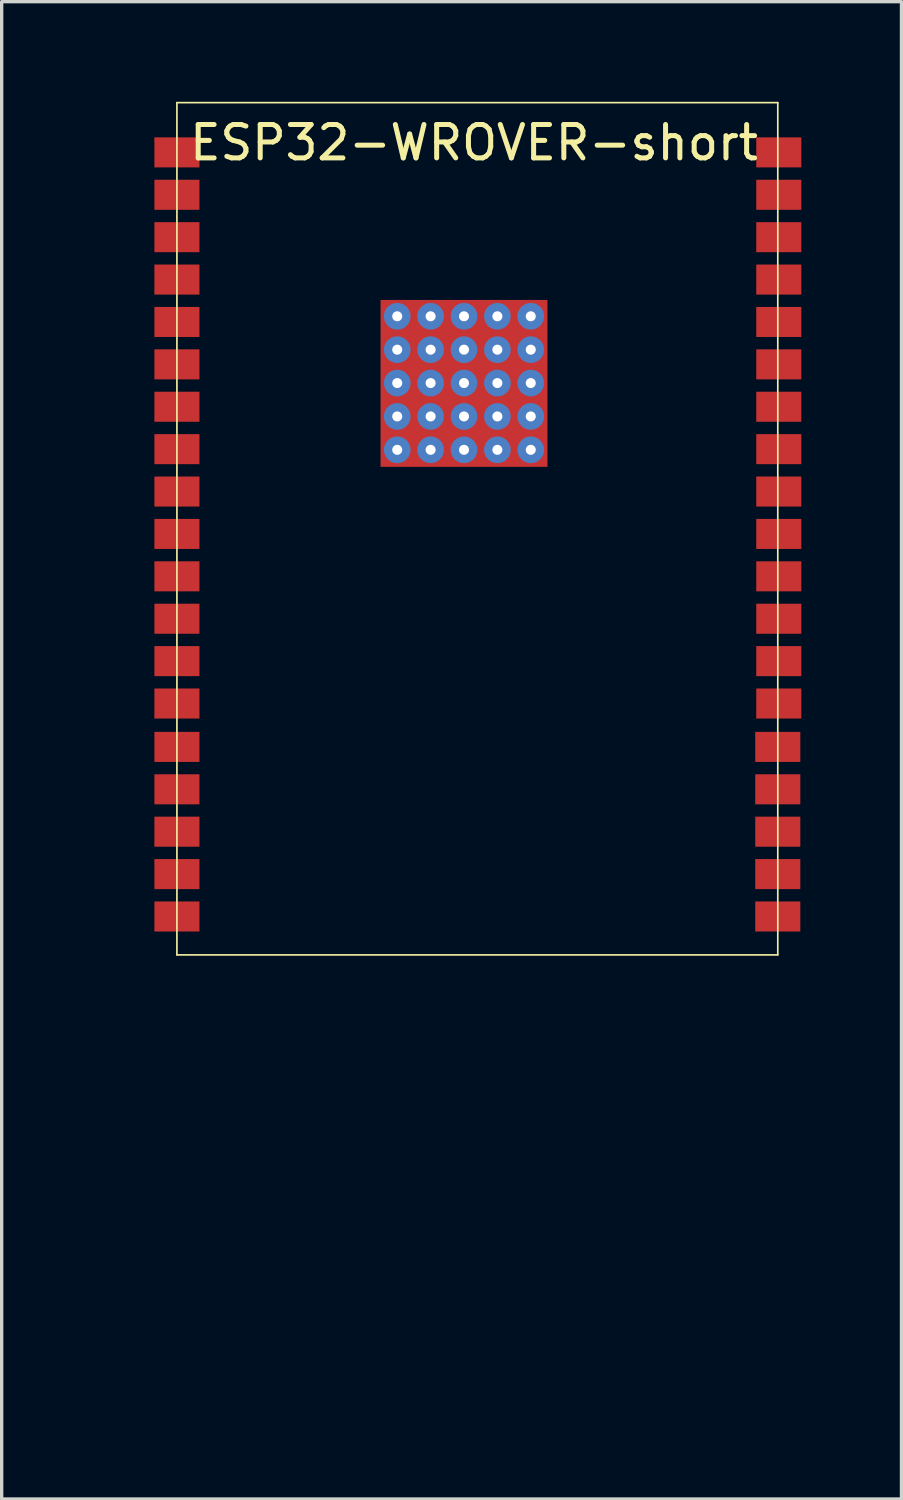
<source format=kicad_pcb>
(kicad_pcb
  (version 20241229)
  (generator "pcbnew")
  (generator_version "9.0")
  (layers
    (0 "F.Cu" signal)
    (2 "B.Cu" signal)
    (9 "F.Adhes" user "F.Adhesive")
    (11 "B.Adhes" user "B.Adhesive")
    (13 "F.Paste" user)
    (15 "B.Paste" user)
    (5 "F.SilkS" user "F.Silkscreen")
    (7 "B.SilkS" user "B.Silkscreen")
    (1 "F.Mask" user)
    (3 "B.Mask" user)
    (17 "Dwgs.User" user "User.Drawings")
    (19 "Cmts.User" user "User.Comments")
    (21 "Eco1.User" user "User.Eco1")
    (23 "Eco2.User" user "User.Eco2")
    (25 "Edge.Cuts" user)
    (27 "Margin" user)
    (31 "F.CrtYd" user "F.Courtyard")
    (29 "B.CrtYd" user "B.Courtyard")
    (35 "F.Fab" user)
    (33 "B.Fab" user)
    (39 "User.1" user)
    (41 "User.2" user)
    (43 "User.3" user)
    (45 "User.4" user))
  (footprint "ESP32-WROVER-short"
    (layer "F.Cu")
    (at 0.25 38.605)
    (property "Reference" "ESP32-WROVER-short" (at 10.9 -37.38 0) (layer "F.SilkS") (effects (font (size 1 1) (thickness 0.15))))
    (attr smd)
    (fp_line (start 2 -38.58) (end 20 -38.58) (stroke (width 0.05) (type solid)) (layer "F.SilkS"))
    (fp_line (start 2 -13.05) (end 2 -38.58) (stroke (width 0.05) (type solid)) (layer "F.SilkS"))
    (fp_line (start 20 -38.58) (end 20 -13.05) (stroke (width 0.05) (type solid)) (layer "F.SilkS"))
    (fp_line (start 20 -13.05) (end 2 -13.05) (stroke (width 0.05) (type solid)) (layer "F.SilkS"))
    (pad "1" smd rect (at 2 -37.09) (size 1.35 0.9) (layers "F.Cu" "F.Mask" "F.Paste"))
    (pad "2" smd rect (at 2 -35.82) (size 1.35 0.9) (layers "F.Cu" "F.Mask" "F.Paste"))
    (pad "3" smd rect (at 2 -34.55) (size 1.35 0.9) (layers "F.Cu" "F.Mask" "F.Paste"))
    (pad "4" smd rect (at 2 -33.28) (size 1.35 0.9) (layers "F.Cu" "F.Mask" "F.Paste"))
    (pad "5" smd rect (at 2 -32.01) (size 1.35 0.9) (layers "F.Cu" "F.Mask" "F.Paste"))
    (pad "6" smd rect (at 2 -30.74) (size 1.35 0.9) (layers "F.Cu" "F.Mask" "F.Paste"))
    (pad "7" smd rect (at 2 -29.47) (size 1.35 0.9) (layers "F.Cu" "F.Mask" "F.Paste"))
    (pad "8" smd rect (at 2 -28.2) (size 1.35 0.9) (layers "F.Cu" "F.Mask" "F.Paste"))
    (pad "9" smd rect (at 2 -26.93) (size 1.35 0.9) (layers "F.Cu" "F.Mask" "F.Paste"))
    (pad "10" smd rect (at 2 -25.66) (size 1.35 0.9) (layers "F.Cu" "F.Mask" "F.Paste"))
    (pad "11" smd rect (at 2 -24.39) (size 1.35 0.9) (layers "F.Cu" "F.Mask" "F.Paste"))
    (pad "12" smd rect (at 2 -23.12) (size 1.35 0.9) (layers "F.Cu" "F.Mask" "F.Paste"))
    (pad "13" smd rect (at 2 -21.85) (size 1.35 0.9) (layers "F.Cu" "F.Mask" "F.Paste"))
    (pad "14" smd rect (at 2 -20.58) (size 1.35 0.9) (layers "F.Cu" "F.Mask" "F.Paste"))
    (pad "15" smd rect (at 2 -19.28 90) (size 0.9 1.35) (layers "F.Cu" "F.Mask" "F.Paste"))
    (pad "16" smd rect (at 2 -18.01 90) (size 0.9 1.35) (layers "F.Cu" "F.Mask" "F.Paste"))
    (pad "17" smd rect (at 2 -16.74 90) (size 0.9 1.35) (layers "F.Cu" "F.Mask" "F.Paste"))
    (pad "18" smd rect (at 2 -15.47 90) (size 0.9 1.35) (layers "F.Cu" "F.Mask" "F.Paste"))
    (pad "19" smd rect (at 2 -14.2 90) (size 0.9 1.35) (layers "F.Cu" "F.Mask" "F.Paste"))
    (pad "20" smd rect (at 20 -14.2 90) (size 0.9 1.35) (layers "F.Cu" "F.Mask" "F.Paste"))
    (pad "21" smd rect (at 20 -15.47 90) (size 0.9 1.35) (layers "F.Cu" "F.Mask" "F.Paste"))
    (pad "22" smd rect (at 20 -16.74 90) (size 0.9 1.35) (layers "F.Cu" "F.Mask" "F.Paste"))
    (pad "23" smd rect (at 20 -18.01 90) (size 0.9 1.35) (layers "F.Cu" "F.Mask" "F.Paste"))
    (pad "24" smd rect (at 20 -19.28 90) (size 0.9 1.35) (layers "F.Cu" "F.Mask" "F.Paste"))
    (pad "25" smd rect (at 20.03 -20.58) (size 1.35 0.9) (layers "F.Cu" "F.Mask" "F.Paste"))
    (pad "26" smd rect (at 20.03 -21.85) (size 1.35 0.9) (layers "F.Cu" "F.Mask" "F.Paste"))
    (pad "27" smd rect (at 20.03 -23.12) (size 1.35 0.9) (layers "F.Cu" "F.Mask" "F.Paste"))
    (pad "28" smd rect (at 20.03 -24.39) (size 1.35 0.9) (layers "F.Cu" "F.Mask" "F.Paste"))
    (pad "29" smd rect (at 20.03 -25.66) (size 1.35 0.9) (layers "F.Cu" "F.Mask" "F.Paste"))
    (pad "30" smd rect (at 20.03 -26.93) (size 1.35 0.9) (layers "F.Cu" "F.Mask" "F.Paste"))
    (pad "31" smd rect (at 20.03 -28.2) (size 1.35 0.9) (layers "F.Cu" "F.Mask" "F.Paste"))
    (pad "32" smd rect (at 20.03 -29.47) (size 1.35 0.9) (layers "F.Cu" "F.Mask" "F.Paste"))
    (pad "33" smd rect (at 20.03 -30.74) (size 1.35 0.9) (layers "F.Cu" "F.Mask" "F.Paste"))
    (pad "34" smd rect (at 20.03 -32.01) (size 1.35 0.9) (layers "F.Cu" "F.Mask" "F.Paste"))
    (pad "35" smd rect (at 20.03 -33.28) (size 1.35 0.9) (layers "F.Cu" "F.Mask" "F.Paste"))
    (pad "36" smd rect (at 20.03 -34.55) (size 1.35 0.9) (layers "F.Cu" "F.Mask" "F.Paste"))
    (pad "37" smd rect (at 20.03 -35.82) (size 1.35 0.9) (layers "F.Cu" "F.Mask" "F.Paste"))
    (pad "38" smd rect (at 20.03 -37.09) (size 1.35 0.9) (layers "F.Cu" "F.Mask" "F.Paste"))
    (pad "39" thru_hole circle (at 8.6 -32.18) (size 0.8 0.8) (drill 0.3) (layers "*.Cu" "*.Mask"))
    (pad "39" thru_hole circle (at 8.6 -31.18) (size 0.8 0.8) (drill 0.3) (layers "*.Cu" "*.Mask"))
    (pad "39" thru_hole circle (at 8.6 -30.18) (size 0.8 0.8) (drill 0.3) (layers "*.Cu" "*.Mask"))
    (pad "39" thru_hole circle (at 8.6 -29.18) (size 0.8 0.8) (drill 0.3) (layers "*.Cu" "*.Mask"))
    (pad "39" thru_hole circle (at 8.6 -28.18) (size 0.8 0.8) (drill 0.3) (layers "*.Cu" "*.Mask"))
    (pad "39" thru_hole circle (at 9.6 -32.18) (size 0.8 0.8) (drill 0.3) (layers "*.Cu" "*.Mask"))
    (pad "39" thru_hole circle (at 9.6 -31.18) (size 0.8 0.8) (drill 0.3) (layers "*.Cu" "*.Mask"))
    (pad "39" thru_hole circle (at 9.6 -30.18) (size 0.8 0.8) (drill 0.3) (layers "*.Cu" "*.Mask"))
    (pad "39" thru_hole circle (at 9.6 -29.18) (size 0.8 0.8) (drill 0.3) (layers "*.Cu" "*.Mask"))
    (pad "39" thru_hole circle (at 9.6 -28.18) (size 0.8 0.8) (drill 0.3) (layers "*.Cu" "*.Mask"))
    (pad "39" thru_hole circle (at 10.6 -32.18) (size 0.8 0.8) (drill 0.3) (layers "*.Cu" "*.Mask"))
    (pad "39" thru_hole circle (at 10.6 -31.18) (size 0.8 0.8) (drill 0.3) (layers "*.Cu" "*.Mask"))
    (pad "39" thru_hole circle (at 10.6 -30.18) (size 0.8 0.8) (drill 0.3) (layers "*.Cu" "*.Mask"))
    (pad "39" smd rect (at 10.6 -30.17) (size 5 5) (layers "F.Cu" "F.Mask" "F.Paste"))
    (pad "39" thru_hole circle (at 10.6 -29.18) (size 0.8 0.8) (drill 0.3) (layers "*.Cu" "*.Mask"))
    (pad "39" thru_hole circle (at 10.6 -28.18) (size 0.8 0.8) (drill 0.3) (layers "*.Cu" "*.Mask"))
    (pad "39" thru_hole circle (at 11.6 -32.18) (size 0.8 0.8) (drill 0.3) (layers "*.Cu" "*.Mask"))
    (pad "39" thru_hole circle (at 11.6 -31.18) (size 0.8 0.8) (drill 0.3) (layers "*.Cu" "*.Mask"))
    (pad "39" thru_hole circle (at 11.6 -30.18) (size 0.8 0.8) (drill 0.3) (layers "*.Cu" "*.Mask"))
    (pad "39" thru_hole circle (at 11.6 -29.18) (size 0.8 0.8) (drill 0.3) (layers "*.Cu" "*.Mask"))
    (pad "39" thru_hole circle (at 11.6 -28.18) (size 0.8 0.8) (drill 0.3) (layers "*.Cu" "*.Mask"))
    (pad "39" thru_hole circle (at 12.6 -32.18) (size 0.8 0.8) (drill 0.3) (layers "*.Cu" "*.Mask"))
    (pad "39" thru_hole circle (at 12.6 -31.18) (size 0.8 0.8) (drill 0.3) (layers "*.Cu" "*.Mask"))
    (pad "39" thru_hole circle (at 12.6 -30.18) (size 0.8 0.8) (drill 0.3) (layers "*.Cu" "*.Mask"))
    (pad "39" thru_hole circle (at 12.6 -29.18) (size 0.8 0.8) (drill 0.3) (layers "*.Cu" "*.Mask"))
    (pad "39" thru_hole circle (at 12.6 -28.18) (size 0.8 0.8) (drill 0.3) (layers "*.Cu" "*.Mask")))
  (gr_rect
    (start -3 -3)
    (end 23.955 41.855)
    (stroke (width 0.1) (type default))
    (fill no)
    (layer "Edge.Cuts")))
</source>
